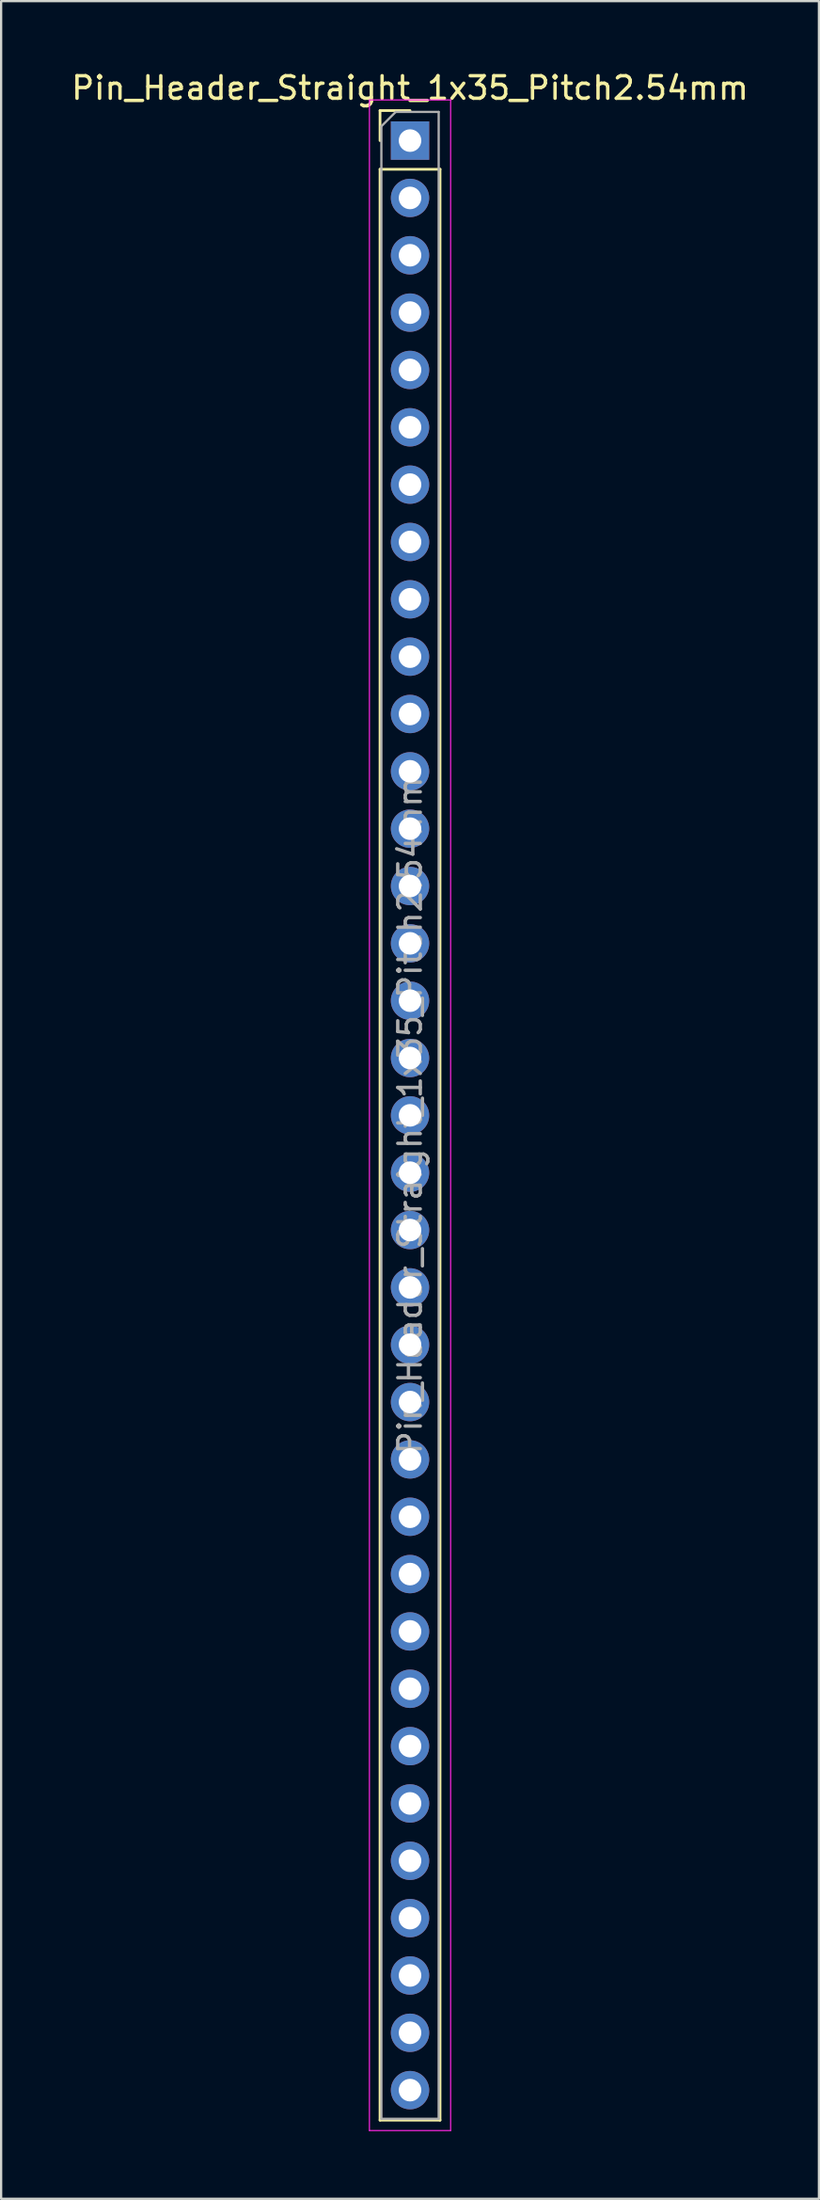
<source format=kicad_pcb>
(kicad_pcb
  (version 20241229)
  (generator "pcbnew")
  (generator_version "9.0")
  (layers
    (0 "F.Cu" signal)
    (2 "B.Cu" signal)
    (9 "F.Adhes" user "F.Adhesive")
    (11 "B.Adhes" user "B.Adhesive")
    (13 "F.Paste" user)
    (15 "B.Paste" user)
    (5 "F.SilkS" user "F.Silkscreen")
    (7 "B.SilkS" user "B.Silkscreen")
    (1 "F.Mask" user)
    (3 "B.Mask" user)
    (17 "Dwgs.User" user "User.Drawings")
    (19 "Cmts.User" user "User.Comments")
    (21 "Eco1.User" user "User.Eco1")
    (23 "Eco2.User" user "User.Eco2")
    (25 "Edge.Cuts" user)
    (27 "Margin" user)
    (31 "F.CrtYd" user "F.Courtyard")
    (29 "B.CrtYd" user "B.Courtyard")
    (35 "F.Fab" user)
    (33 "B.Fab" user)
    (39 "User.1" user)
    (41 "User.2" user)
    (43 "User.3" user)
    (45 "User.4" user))
  (footprint "Pin_Header_Straight_1x35_Pitch2.54mm"
    (layer "F.Cu")
    (at 15.125 3.178)
    (property "Reference" "Pin_Header_Straight_1x35_Pitch2.54mm" (at 0 -2.33 0) (layer "F.SilkS") (effects (font (size 1 1) (thickness 0.15))))
    (attr through_hole)
    (fp_line (start -1.33 -1.33) (end 0 -1.33) (stroke (width 0.12) (type solid)) (layer "F.SilkS"))
    (fp_line (start -1.33 0) (end -1.33 -1.33) (stroke (width 0.12) (type solid)) (layer "F.SilkS"))
    (fp_line (start -1.33 1.27) (end -1.33 87.69) (stroke (width 0.12) (type solid)) (layer "F.SilkS"))
    (fp_line (start -1.33 87.69) (end 1.33 87.69) (stroke (width 0.12) (type solid)) (layer "F.SilkS"))
    (fp_line (start 1.33 1.27) (end -1.33 1.27) (stroke (width 0.12) (type solid)) (layer "F.SilkS"))
    (fp_line (start 1.33 87.69) (end 1.33 1.27) (stroke (width 0.12) (type solid)) (layer "F.SilkS"))
    (fp_line (start -1.8 -1.8) (end -1.8 88.15) (stroke (width 0.05) (type solid)) (layer "F.CrtYd"))
    (fp_line (start -1.8 88.15) (end 1.8 88.15) (stroke (width 0.05) (type solid)) (layer "F.CrtYd"))
    (fp_line (start 1.8 -1.8) (end -1.8 -1.8) (stroke (width 0.05) (type solid)) (layer "F.CrtYd"))
    (fp_line (start 1.8 88.15) (end 1.8 -1.8) (stroke (width 0.05) (type solid)) (layer "F.CrtYd"))
    (fp_line (start -1.27 -0.635) (end -0.635 -1.27) (stroke (width 0.1) (type solid)) (layer "F.Fab"))
    (fp_line (start -1.27 87.63) (end -1.27 -0.635) (stroke (width 0.1) (type solid)) (layer "F.Fab"))
    (fp_line (start -0.635 -1.27) (end 1.27 -1.27) (stroke (width 0.1) (type solid)) (layer "F.Fab"))
    (fp_line (start 1.27 -1.27) (end 1.27 87.63) (stroke (width 0.1) (type solid)) (layer "F.Fab"))
    (fp_line (start 1.27 87.63) (end -1.27 87.63) (stroke (width 0.1) (type solid)) (layer "F.Fab"))
    (fp_text user "${REFERENCE}" (at 0 43.18 90) (layer "F.Fab") (effects (font (size 1 1) (thickness 0.15))))
    (pad "1" thru_hole rect (at 0 0) (size 1.7 1.7) (drill 1) (layers "*.Cu" "*.Mask"))
    (pad "2" thru_hole oval (at 0 2.54) (size 1.7 1.7) (drill 1) (layers "*.Cu" "*.Mask"))
    (pad "3" thru_hole oval (at 0 5.08) (size 1.7 1.7) (drill 1) (layers "*.Cu" "*.Mask"))
    (pad "4" thru_hole oval (at 0 7.62) (size 1.7 1.7) (drill 1) (layers "*.Cu" "*.Mask"))
    (pad "5" thru_hole oval (at 0 10.16) (size 1.7 1.7) (drill 1) (layers "*.Cu" "*.Mask"))
    (pad "6" thru_hole oval (at 0 12.7) (size 1.7 1.7) (drill 1) (layers "*.Cu" "*.Mask"))
    (pad "7" thru_hole oval (at 0 15.24) (size 1.7 1.7) (drill 1) (layers "*.Cu" "*.Mask"))
    (pad "8" thru_hole oval (at 0 17.78) (size 1.7 1.7) (drill 1) (layers "*.Cu" "*.Mask"))
    (pad "9" thru_hole oval (at 0 20.32) (size 1.7 1.7) (drill 1) (layers "*.Cu" "*.Mask"))
    (pad "10" thru_hole oval (at 0 22.86) (size 1.7 1.7) (drill 1) (layers "*.Cu" "*.Mask"))
    (pad "11" thru_hole oval (at 0 25.4) (size 1.7 1.7) (drill 1) (layers "*.Cu" "*.Mask"))
    (pad "12" thru_hole oval (at 0 27.94) (size 1.7 1.7) (drill 1) (layers "*.Cu" "*.Mask"))
    (pad "13" thru_hole oval (at 0 30.48) (size 1.7 1.7) (drill 1) (layers "*.Cu" "*.Mask"))
    (pad "14" thru_hole oval (at 0 33.02) (size 1.7 1.7) (drill 1) (layers "*.Cu" "*.Mask"))
    (pad "15" thru_hole oval (at 0 35.56) (size 1.7 1.7) (drill 1) (layers "*.Cu" "*.Mask"))
    (pad "16" thru_hole oval (at 0 38.1) (size 1.7 1.7) (drill 1) (layers "*.Cu" "*.Mask"))
    (pad "17" thru_hole oval (at 0 40.64) (size 1.7 1.7) (drill 1) (layers "*.Cu" "*.Mask"))
    (pad "18" thru_hole oval (at 0 43.18) (size 1.7 1.7) (drill 1) (layers "*.Cu" "*.Mask"))
    (pad "19" thru_hole oval (at 0 45.72) (size 1.7 1.7) (drill 1) (layers "*.Cu" "*.Mask"))
    (pad "20" thru_hole oval (at 0 48.26) (size 1.7 1.7) (drill 1) (layers "*.Cu" "*.Mask"))
    (pad "21" thru_hole oval (at 0 50.8) (size 1.7 1.7) (drill 1) (layers "*.Cu" "*.Mask"))
    (pad "22" thru_hole oval (at 0 53.34) (size 1.7 1.7) (drill 1) (layers "*.Cu" "*.Mask"))
    (pad "23" thru_hole oval (at 0 55.88) (size 1.7 1.7) (drill 1) (layers "*.Cu" "*.Mask"))
    (pad "24" thru_hole oval (at 0 58.42) (size 1.7 1.7) (drill 1) (layers "*.Cu" "*.Mask"))
    (pad "25" thru_hole oval (at 0 60.96) (size 1.7 1.7) (drill 1) (layers "*.Cu" "*.Mask"))
    (pad "26" thru_hole oval (at 0 63.5) (size 1.7 1.7) (drill 1) (layers "*.Cu" "*.Mask"))
    (pad "27" thru_hole oval (at 0 66.04) (size 1.7 1.7) (drill 1) (layers "*.Cu" "*.Mask"))
    (pad "28" thru_hole oval (at 0 68.58) (size 1.7 1.7) (drill 1) (layers "*.Cu" "*.Mask"))
    (pad "29" thru_hole oval (at 0 71.12) (size 1.7 1.7) (drill 1) (layers "*.Cu" "*.Mask"))
    (pad "30" thru_hole oval (at 0 73.66) (size 1.7 1.7) (drill 1) (layers "*.Cu" "*.Mask"))
    (pad "31" thru_hole oval (at 0 76.2) (size 1.7 1.7) (drill 1) (layers "*.Cu" "*.Mask"))
    (pad "32" thru_hole oval (at 0 78.74) (size 1.7 1.7) (drill 1) (layers "*.Cu" "*.Mask"))
    (pad "33" thru_hole oval (at 0 81.28) (size 1.7 1.7) (drill 1) (layers "*.Cu" "*.Mask"))
    (pad "34" thru_hole oval (at 0 83.82) (size 1.7 1.7) (drill 1) (layers "*.Cu" "*.Mask"))
    (pad "35" thru_hole oval (at 0 86.36) (size 1.7 1.7) (drill 1) (layers "*.Cu" "*.Mask")))
  (gr_rect
    (start -3 -3)
    (end 33.25 94.353)
    (stroke (width 0.1) (type default))
    (fill no)
    (layer "Edge.Cuts")))
</source>
